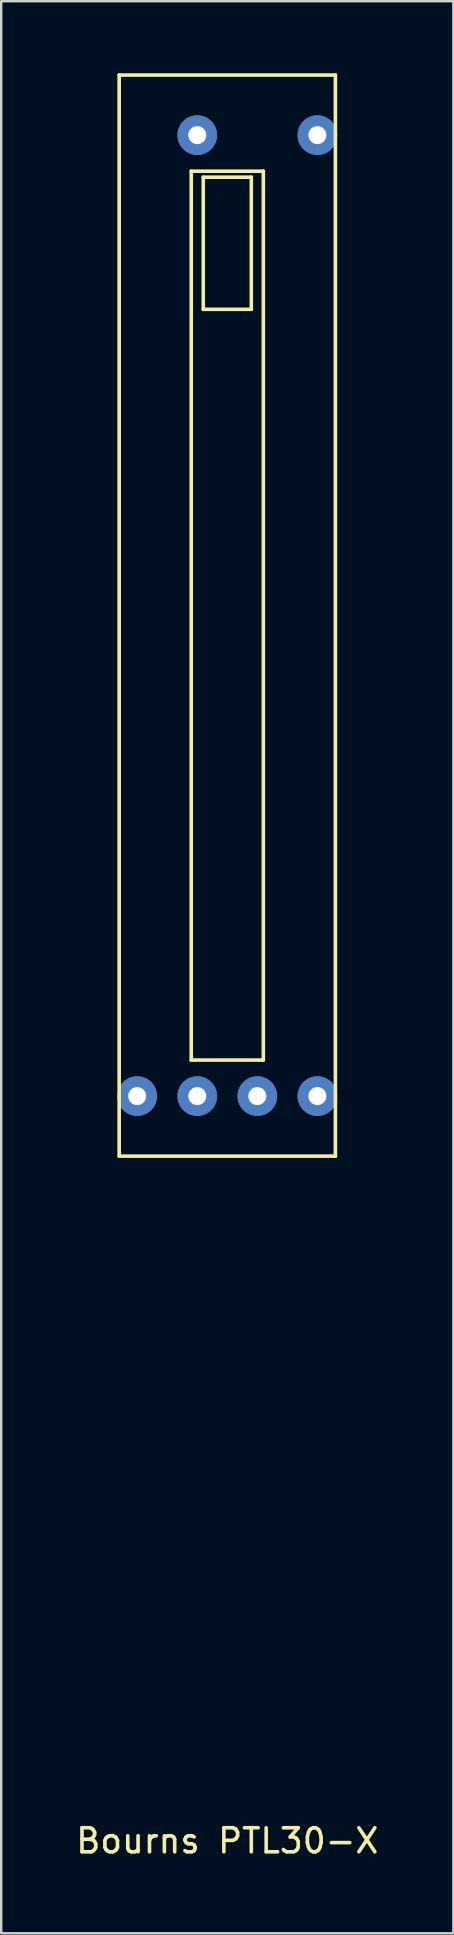
<source format=kicad_pcb>
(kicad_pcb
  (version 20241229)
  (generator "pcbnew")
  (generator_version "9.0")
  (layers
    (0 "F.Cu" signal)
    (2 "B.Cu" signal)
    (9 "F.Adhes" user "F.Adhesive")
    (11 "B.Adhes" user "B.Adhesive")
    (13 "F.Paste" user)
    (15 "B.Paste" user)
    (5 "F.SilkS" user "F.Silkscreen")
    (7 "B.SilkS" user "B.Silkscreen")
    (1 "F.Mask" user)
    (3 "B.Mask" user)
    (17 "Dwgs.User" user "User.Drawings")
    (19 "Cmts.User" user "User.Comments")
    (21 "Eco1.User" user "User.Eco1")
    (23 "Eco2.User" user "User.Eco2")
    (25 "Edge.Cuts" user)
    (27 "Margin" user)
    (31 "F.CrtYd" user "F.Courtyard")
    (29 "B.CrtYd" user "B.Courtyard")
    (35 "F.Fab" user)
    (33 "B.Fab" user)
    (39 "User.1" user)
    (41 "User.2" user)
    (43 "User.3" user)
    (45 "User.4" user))
  (footprint "Bourns PTL30-X"
    (layer "F.Cu")
    (at 6.411 22.575)
    (property "Reference" "Bourns PTL30-X" (at 0 51 0) (layer "F.SilkS") (effects (font (size 1 1) (thickness 0.15))))
    (attr through_hole)
    (fp_line (start -4.5 -22.5) (end -4.5 22.5) (stroke (width 0.15) (type solid)) (layer "F.SilkS"))
    (fp_line (start -4.5 22.5) (end 4.5 22.5) (stroke (width 0.15) (type solid)) (layer "F.SilkS"))
    (fp_line (start -1.5 -18.5) (end -1.5 18.5) (stroke (width 0.15) (type solid)) (layer "F.SilkS"))
    (fp_line (start -1.5 18.5) (end 1.5 18.5) (stroke (width 0.15) (type solid)) (layer "F.SilkS"))
    (fp_line (start -1 -18.25) (end 1 -18.25) (stroke (width 0.15) (type solid)) (layer "F.SilkS"))
    (fp_line (start -1 -12.75) (end -1 -18.25) (stroke (width 0.15) (type solid)) (layer "F.SilkS"))
    (fp_line (start 1 -18.25) (end 1 -12.75) (stroke (width 0.15) (type solid)) (layer "F.SilkS"))
    (fp_line (start 1 -12.75) (end -1 -12.75) (stroke (width 0.15) (type solid)) (layer "F.SilkS"))
    (fp_line (start 1.5 -18.5) (end -1.5 -18.5) (stroke (width 0.15) (type solid)) (layer "F.SilkS"))
    (fp_line (start 1.5 18.5) (end 1.5 -18.5) (stroke (width 0.15) (type solid)) (layer "F.SilkS"))
    (fp_line (start 4.5 -22.5) (end -4.5 -22.5) (stroke (width 0.15) (type solid)) (layer "F.SilkS"))
    (fp_line (start 4.5 22.5) (end 4.5 -22.5) (stroke (width 0.15) (type solid)) (layer "F.SilkS"))
    (pad "1" thru_hole circle (at -1.25 20) (size 1.65 1.65) (drill 0.75) (layers "*.Cu" "*.Mask"))
    (pad "2" thru_hole circle (at -3.75 20) (size 1.65 1.65) (drill 0.75) (layers "*.Cu" "*.Mask"))
    (pad "3" thru_hole circle (at -1.25 -20) (size 1.65 1.65) (drill 0.75) (layers "*.Cu" "*.Mask"))
    (pad "B" thru_hole circle (at 3.75 -20) (size 1.65 1.65) (drill 0.75) (layers "*.Cu" "*.Mask"))
    (pad "E" thru_hole circle (at 3.75 20) (size 1.65 1.65) (drill 0.75) (layers "*.Cu" "*.Mask"))
    (pad "L" thru_hole circle (at 1.25 20) (size 1.65 1.65) (drill 0.75) (layers "*.Cu" "*.Mask")))
  (gr_rect
    (start -3 -3)
    (end 15.821 77.423)
    (stroke (width 0.1) (type default))
    (fill no)
    (layer "Edge.Cuts")))
</source>
